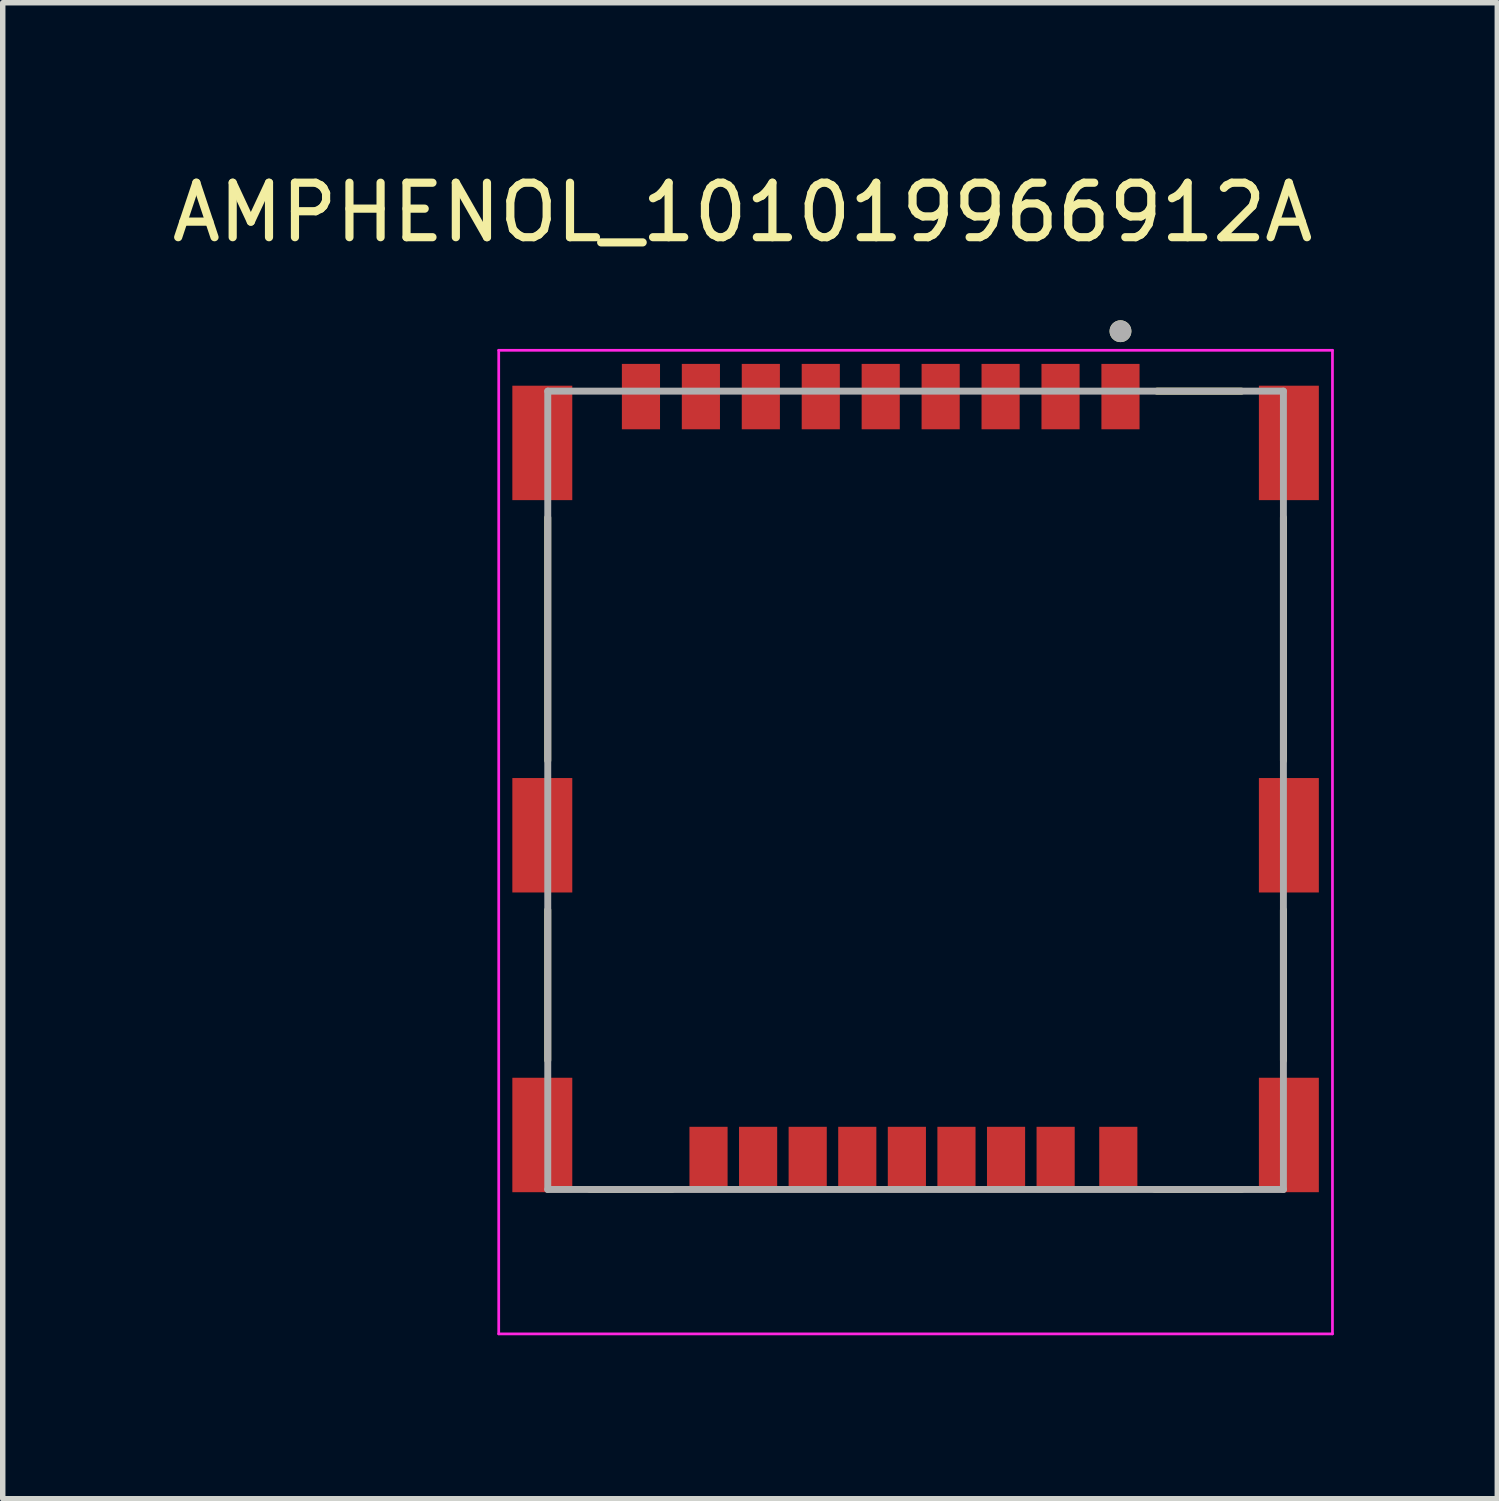
<source format=kicad_pcb>
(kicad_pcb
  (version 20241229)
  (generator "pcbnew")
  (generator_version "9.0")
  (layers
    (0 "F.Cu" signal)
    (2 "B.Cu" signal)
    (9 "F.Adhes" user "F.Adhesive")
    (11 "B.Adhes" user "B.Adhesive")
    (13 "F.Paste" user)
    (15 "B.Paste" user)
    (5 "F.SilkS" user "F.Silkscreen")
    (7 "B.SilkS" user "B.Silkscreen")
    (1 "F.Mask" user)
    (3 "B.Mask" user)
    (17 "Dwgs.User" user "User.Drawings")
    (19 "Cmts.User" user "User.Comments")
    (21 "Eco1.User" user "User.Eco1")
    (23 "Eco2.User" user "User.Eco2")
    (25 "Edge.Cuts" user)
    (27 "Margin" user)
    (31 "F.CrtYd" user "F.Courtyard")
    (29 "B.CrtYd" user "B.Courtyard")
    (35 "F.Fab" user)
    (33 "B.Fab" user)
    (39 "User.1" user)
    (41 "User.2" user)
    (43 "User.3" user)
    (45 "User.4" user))
  (footprint "AMPHENOL_101019966912A"
    (layer "F.Cu")
    (at 13.752 11.453)
    (property "Reference" "AMPHENOL_101019966912A" (at -3.175 -10.605 0) (layer "F.SilkS") (effects (font (size 1 1) (thickness 0.15))))
    (attr smd)
    (fp_line (start -6.75 -5.005) (end -6.75 -0.545) (stroke (width 0.127) (type solid)) (layer "F.SilkS"))
    (fp_line (start -6.75 2.195) (end -6.75 4.955) (stroke (width 0.127) (type solid)) (layer "F.SilkS"))
    (fp_line (start -4.47 7.325) (end -5.98 7.325) (stroke (width 0.127) (type solid)) (layer "F.SilkS"))
    (fp_line (start 4.43 -7.325) (end 5.98 -7.325) (stroke (width 0.127) (type solid)) (layer "F.SilkS"))
    (fp_line (start 5.98 7.325) (end 4.39 7.325) (stroke (width 0.127) (type solid)) (layer "F.SilkS"))
    (fp_line (start 6.75 -5.005) (end 6.75 -0.545) (stroke (width 0.127) (type solid)) (layer "F.SilkS"))
    (fp_line (start 6.75 2.195) (end 6.75 4.955) (stroke (width 0.127) (type solid)) (layer "F.SilkS"))
    (fp_circle (center 3.76 -8.425) (end 3.86 -8.425) (stroke (width 0.2) (type solid)) (fill no) (layer "F.SilkS"))
    (fp_line (start -7.65 -8.075) (end 7.65 -8.075) (stroke (width 0.05) (type solid)) (layer "F.CrtYd"))
    (fp_line (start -7.65 9.975) (end -7.65 -8.075) (stroke (width 0.05) (type solid)) (layer "F.CrtYd"))
    (fp_line (start 7.65 -8.075) (end 7.65 9.975) (stroke (width 0.05) (type solid)) (layer "F.CrtYd"))
    (fp_line (start 7.65 9.975) (end -7.65 9.975) (stroke (width 0.05) (type solid)) (layer "F.CrtYd"))
    (fp_line (start -6.75 -7.325) (end 6.75 -7.325) (stroke (width 0.127) (type solid)) (layer "F.Fab"))
    (fp_line (start -6.75 7.325) (end -6.75 -7.325) (stroke (width 0.127) (type solid)) (layer "F.Fab"))
    (fp_line (start 6.75 -7.325) (end 6.75 7.325) (stroke (width 0.127) (type solid)) (layer "F.Fab"))
    (fp_line (start 6.75 7.325) (end -6.75 7.325) (stroke (width 0.127) (type solid)) (layer "F.Fab"))
    (fp_circle (center 3.76 -8.425) (end 3.86 -8.425) (stroke (width 0.2) (type solid)) (fill no) (layer "F.Fab"))
    (pad "1" smd rect (at 3.76 -7.225) (size 0.7 1.2) (layers "F.Cu" "F.Mask" "F.Paste"))
    (pad "2" smd rect (at 2.66 -7.225) (size 0.7 1.2) (layers "F.Cu" "F.Mask" "F.Paste"))
    (pad "3" smd rect (at 1.56 -7.225) (size 0.7 1.2) (layers "F.Cu" "F.Mask" "F.Paste"))
    (pad "4" smd rect (at 0.46 -7.225) (size 0.7 1.2) (layers "F.Cu" "F.Mask" "F.Paste"))
    (pad "5" smd rect (at -0.64 -7.225) (size 0.7 1.2) (layers "F.Cu" "F.Mask" "F.Paste"))
    (pad "6" smd rect (at -1.74 -7.225) (size 0.7 1.2) (layers "F.Cu" "F.Mask" "F.Paste"))
    (pad "7" smd rect (at -2.84 -7.225) (size 0.7 1.2) (layers "F.Cu" "F.Mask" "F.Paste"))
    (pad "8" smd rect (at -3.94 -7.225) (size 0.7 1.2) (layers "F.Cu" "F.Mask" "F.Paste"))
    (pad "9" smd rect (at 3.72 6.775) (size 0.7 1.2) (layers "F.Cu" "F.Mask" "F.Paste"))
    (pad "10" smd rect (at 1.66 6.775) (size 0.7 1.2) (layers "F.Cu" "F.Mask" "F.Paste"))
    (pad "11" smd rect (at 0.75 6.775) (size 0.7 1.2) (layers "F.Cu" "F.Mask" "F.Paste"))
    (pad "12" smd rect (at -0.16 6.775) (size 0.7 1.2) (layers "F.Cu" "F.Mask" "F.Paste"))
    (pad "13" smd rect (at -1.07 6.775) (size 0.7 1.2) (layers "F.Cu" "F.Mask" "F.Paste"))
    (pad "14" smd rect (at -1.98 6.775) (size 0.7 1.2) (layers "F.Cu" "F.Mask" "F.Paste"))
    (pad "15" smd rect (at -2.89 6.775) (size 0.7 1.2) (layers "F.Cu" "F.Mask" "F.Paste"))
    (pad "16" smd rect (at -3.8 6.775) (size 0.7 1.2) (layers "F.Cu" "F.Mask" "F.Paste"))
    (pad "17" smd rect (at 2.57 6.775) (size 0.7 1.2) (layers "F.Cu" "F.Mask" "F.Paste"))
    (pad "DE" smd rect (at -5.04 -7.225) (size 0.7 1.2) (layers "F.Cu" "F.Mask" "F.Paste"))
    (pad "SH1" smd rect (at -6.85 0.825) (size 1.1 2.1) (layers "F.Cu" "F.Mask" "F.Paste"))
    (pad "SH2" smd rect (at -6.85 6.325) (size 1.1 2.1) (layers "F.Cu" "F.Mask" "F.Paste"))
    (pad "SH3" smd rect (at 6.85 6.325) (size 1.1 2.1) (layers "F.Cu" "F.Mask" "F.Paste"))
    (pad "SH4" smd rect (at 6.85 0.825) (size 1.1 2.1) (layers "F.Cu" "F.Mask" "F.Paste"))
    (pad "SH5" smd rect (at 6.85 -6.375) (size 1.1 2.1) (layers "F.Cu" "F.Mask" "F.Paste"))
    (pad "SW" smd rect (at -6.85 -6.375) (size 1.1 2.1) (layers "F.Cu" "F.Mask" "F.Paste"))
    (zone (net_name "") (layer "F.Cu") (hatch full 0.508) (connect_pads) (min_thickness 0.01) (filled_areas_thickness no) (keepout (tracks not_allowed) (vias not_allowed) (pads not_allowed) (copperpour not_allowed) (footprints allowed)) (placement (enabled no)) (fill) (polygon (pts (xy 7.752 5.128) (xy 19.752 5.128) (xy 19.752 6.428) (xy 20.502 6.428) (xy 20.502 10.928) (xy 19.752 10.928) (xy 19.752 13.628) (xy 20.502 13.628) (xy 20.502 16.428) (xy 19.752 16.428) (xy 19.752 17.328) (xy 7.752 17.328) (xy 7.752 16.428) (xy 7.002 16.428) (xy 7.002 13.628) (xy 7.752 13.628) (xy 7.752 10.928) (xy 7.002 10.928) (xy 7.002 6.428) (xy 7.752 6.428))))
    (zone (net_name "") (layers "F.Cu" "B.Cu") (hatch full 0.508) (connect_pads) (min_thickness 0.01) (filled_areas_thickness no) (keepout (tracks allowed) (vias not_allowed) (pads allowed) (copperpour allowed) (footprints allowed)) (placement (enabled no)) (fill) (polygon (pts (xy 7.752 5.128) (xy 19.752 5.128) (xy 19.752 6.428) (xy 20.502 6.428) (xy 20.502 10.928) (xy 19.752 10.928) (xy 19.752 13.628) (xy 20.502 13.628) (xy 20.502 16.428) (xy 19.752 16.428) (xy 19.752 17.328) (xy 7.752 17.328) (xy 7.752 16.428) (xy 7.002 16.428) (xy 7.002 13.628) (xy 7.752 13.628) (xy 7.752 10.928) (xy 7.002 10.928) (xy 7.002 6.428) (xy 7.752 6.428)))))
  (gr_rect
    (start -3 -3)
    (end 24.427 24.453)
    (stroke (width 0.1) (type default))
    (fill no)
    (layer "Edge.Cuts")))
</source>
